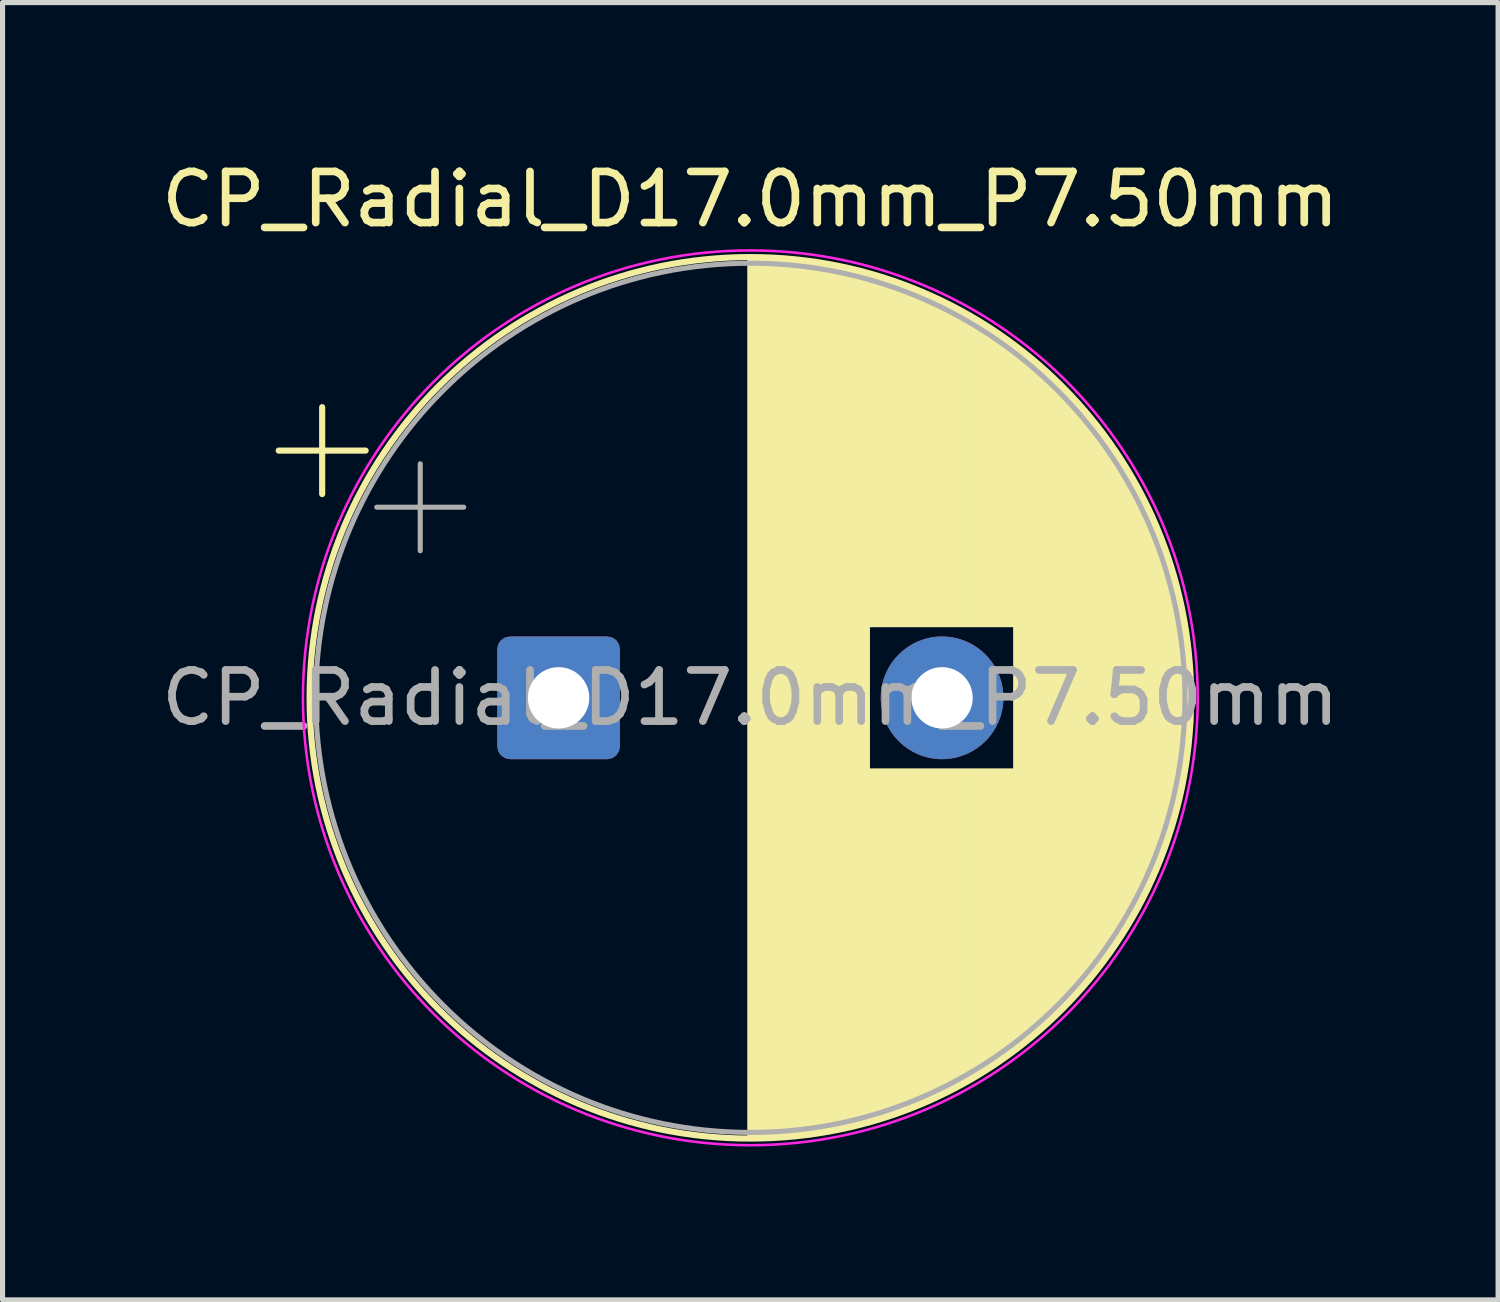
<source format=kicad_pcb>
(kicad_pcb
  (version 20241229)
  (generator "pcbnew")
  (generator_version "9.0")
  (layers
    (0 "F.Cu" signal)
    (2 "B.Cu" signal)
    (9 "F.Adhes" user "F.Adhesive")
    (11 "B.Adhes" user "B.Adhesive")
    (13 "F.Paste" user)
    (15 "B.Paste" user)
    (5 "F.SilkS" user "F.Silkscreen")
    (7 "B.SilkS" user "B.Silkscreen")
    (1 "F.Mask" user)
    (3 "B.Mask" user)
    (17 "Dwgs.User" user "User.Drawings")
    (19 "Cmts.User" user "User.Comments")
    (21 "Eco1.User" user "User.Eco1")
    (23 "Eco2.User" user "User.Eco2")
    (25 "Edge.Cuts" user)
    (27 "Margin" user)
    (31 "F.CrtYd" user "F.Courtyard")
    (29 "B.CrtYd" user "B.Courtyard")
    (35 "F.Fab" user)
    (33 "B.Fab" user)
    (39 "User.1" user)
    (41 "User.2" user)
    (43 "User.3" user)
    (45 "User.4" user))
  (footprint "CP_Radial_D17.0mm_P7.50mm"
    (layer "F.Cu")
    (at 7.875 10.598)
    (property "Reference" "CP_Radial_D17.0mm_P7.50mm" (at 3.75 -9.75 0) (layer "F.SilkS") (effects (font (size 1 1) (thickness 0.15))))
    (attr through_hole)
    (fp_line (start -5.474 -4.835) (end -3.774 -4.835) (stroke (width 0.12) (type solid)) (layer "F.SilkS"))
    (fp_line (start -4.624 -5.685) (end -4.624 -3.985) (stroke (width 0.12) (type solid)) (layer "F.SilkS"))
    (fp_line (start 3.75 -8.58) (end 3.75 8.58) (stroke (width 0.12) (type solid)) (layer "F.SilkS"))
    (fp_line (start 3.79 -8.58) (end 3.79 8.58) (stroke (width 0.12) (type solid)) (layer "F.SilkS"))
    (fp_line (start 3.83 -8.58) (end 3.83 8.58) (stroke (width 0.12) (type solid)) (layer "F.SilkS"))
    (fp_line (start 3.87 -8.579) (end 3.87 8.579) (stroke (width 0.12) (type solid)) (layer "F.SilkS"))
    (fp_line (start 3.91 -8.579) (end 3.91 8.579) (stroke (width 0.12) (type solid)) (layer "F.SilkS"))
    (fp_line (start 3.95 -8.578) (end 3.95 8.578) (stroke (width 0.12) (type solid)) (layer "F.SilkS"))
    (fp_line (start 3.99 -8.577) (end 3.99 8.577) (stroke (width 0.12) (type solid)) (layer "F.SilkS"))
    (fp_line (start 4.03 -8.575) (end 4.03 8.575) (stroke (width 0.12) (type solid)) (layer "F.SilkS"))
    (fp_line (start 4.07 -8.574) (end 4.07 8.574) (stroke (width 0.12) (type solid)) (layer "F.SilkS"))
    (fp_line (start 4.11 -8.572) (end 4.11 8.572) (stroke (width 0.12) (type solid)) (layer "F.SilkS"))
    (fp_line (start 4.15 -8.571) (end 4.15 8.571) (stroke (width 0.12) (type solid)) (layer "F.SilkS"))
    (fp_line (start 4.19 -8.569) (end 4.19 8.569) (stroke (width 0.12) (type solid)) (layer "F.SilkS"))
    (fp_line (start 4.23 -8.567) (end 4.23 8.567) (stroke (width 0.12) (type solid)) (layer "F.SilkS"))
    (fp_line (start 4.27 -8.564) (end 4.27 8.564) (stroke (width 0.12) (type solid)) (layer "F.SilkS"))
    (fp_line (start 4.31 -8.562) (end 4.31 8.562) (stroke (width 0.12) (type solid)) (layer "F.SilkS"))
    (fp_line (start 4.35 -8.559) (end 4.35 8.559) (stroke (width 0.12) (type solid)) (layer "F.SilkS"))
    (fp_line (start 4.39 -8.556) (end 4.39 8.556) (stroke (width 0.12) (type solid)) (layer "F.SilkS"))
    (fp_line (start 4.43 -8.553) (end 4.43 8.553) (stroke (width 0.12) (type solid)) (layer "F.SilkS"))
    (fp_line (start 4.47 -8.55) (end 4.47 8.55) (stroke (width 0.12) (type solid)) (layer "F.SilkS"))
    (fp_line (start 4.51 -8.546) (end 4.51 8.546) (stroke (width 0.12) (type solid)) (layer "F.SilkS"))
    (fp_line (start 4.55 -8.543) (end 4.55 8.543) (stroke (width 0.12) (type solid)) (layer "F.SilkS"))
    (fp_line (start 4.59 -8.539) (end 4.59 8.539) (stroke (width 0.12) (type solid)) (layer "F.SilkS"))
    (fp_line (start 4.63 -8.535) (end 4.63 8.535) (stroke (width 0.12) (type solid)) (layer "F.SilkS"))
    (fp_line (start 4.67 -8.531) (end 4.67 8.531) (stroke (width 0.12) (type solid)) (layer "F.SilkS"))
    (fp_line (start 4.71 -8.526) (end 4.71 8.526) (stroke (width 0.12) (type solid)) (layer "F.SilkS"))
    (fp_line (start 4.75 -8.522) (end 4.75 8.522) (stroke (width 0.12) (type solid)) (layer "F.SilkS"))
    (fp_line (start 4.79 -8.517) (end 4.79 8.517) (stroke (width 0.12) (type solid)) (layer "F.SilkS"))
    (fp_line (start 4.83 -8.512) (end 4.83 8.512) (stroke (width 0.12) (type solid)) (layer "F.SilkS"))
    (fp_line (start 4.87 -8.507) (end 4.87 8.507) (stroke (width 0.12) (type solid)) (layer "F.SilkS"))
    (fp_line (start 4.91 -8.502) (end 4.91 8.502) (stroke (width 0.12) (type solid)) (layer "F.SilkS"))
    (fp_line (start 4.95 -8.496) (end 4.95 8.496) (stroke (width 0.12) (type solid)) (layer "F.SilkS"))
    (fp_line (start 4.99 -8.49) (end 4.99 8.49) (stroke (width 0.12) (type solid)) (layer "F.SilkS"))
    (fp_line (start 5.03 -8.484) (end 5.03 8.484) (stroke (width 0.12) (type solid)) (layer "F.SilkS"))
    (fp_line (start 5.07 -8.478) (end 5.07 8.478) (stroke (width 0.12) (type solid)) (layer "F.SilkS"))
    (fp_line (start 5.11 -8.472) (end 5.11 8.472) (stroke (width 0.12) (type solid)) (layer "F.SilkS"))
    (fp_line (start 5.15 -8.466) (end 5.15 8.466) (stroke (width 0.12) (type solid)) (layer "F.SilkS"))
    (fp_line (start 5.19 -8.459) (end 5.19 8.459) (stroke (width 0.12) (type solid)) (layer "F.SilkS"))
    (fp_line (start 5.23 -8.452) (end 5.23 8.452) (stroke (width 0.12) (type solid)) (layer "F.SilkS"))
    (fp_line (start 5.27 -8.445) (end 5.27 8.445) (stroke (width 0.12) (type solid)) (layer "F.SilkS"))
    (fp_line (start 5.31 -8.438) (end 5.31 8.438) (stroke (width 0.12) (type solid)) (layer "F.SilkS"))
    (fp_line (start 5.35 -8.43) (end 5.35 8.43) (stroke (width 0.12) (type solid)) (layer "F.SilkS"))
    (fp_line (start 5.39 -8.423) (end 5.39 8.423) (stroke (width 0.12) (type solid)) (layer "F.SilkS"))
    (fp_line (start 5.43 -8.415) (end 5.43 8.415) (stroke (width 0.12) (type solid)) (layer "F.SilkS"))
    (fp_line (start 5.47 -8.407) (end 5.47 8.407) (stroke (width 0.12) (type solid)) (layer "F.SilkS"))
    (fp_line (start 5.51 -8.398) (end 5.51 8.398) (stroke (width 0.12) (type solid)) (layer "F.SilkS"))
    (fp_line (start 5.55 -8.39) (end 5.55 8.39) (stroke (width 0.12) (type solid)) (layer "F.SilkS"))
    (fp_line (start 5.59 -8.381) (end 5.59 8.381) (stroke (width 0.12) (type solid)) (layer "F.SilkS"))
    (fp_line (start 5.63 -8.372) (end 5.63 8.372) (stroke (width 0.12) (type solid)) (layer "F.SilkS"))
    (fp_line (start 5.67 -8.363) (end 5.67 8.363) (stroke (width 0.12) (type solid)) (layer "F.SilkS"))
    (fp_line (start 5.71 -8.354) (end 5.71 8.354) (stroke (width 0.12) (type solid)) (layer "F.SilkS"))
    (fp_line (start 5.75 -8.345) (end 5.75 8.345) (stroke (width 0.12) (type solid)) (layer "F.SilkS"))
    (fp_line (start 5.79 -8.335) (end 5.79 8.335) (stroke (width 0.12) (type solid)) (layer "F.SilkS"))
    (fp_line (start 5.83 -8.325) (end 5.83 8.325) (stroke (width 0.12) (type solid)) (layer "F.SilkS"))
    (fp_line (start 5.87 -8.315) (end 5.87 8.315) (stroke (width 0.12) (type solid)) (layer "F.SilkS"))
    (fp_line (start 5.91 -8.305) (end 5.91 8.305) (stroke (width 0.12) (type solid)) (layer "F.SilkS"))
    (fp_line (start 5.95 -8.295) (end 5.95 8.295) (stroke (width 0.12) (type solid)) (layer "F.SilkS"))
    (fp_line (start 5.99 -8.284) (end 5.99 8.284) (stroke (width 0.12) (type solid)) (layer "F.SilkS"))
    (fp_line (start 6.03 -8.273) (end 6.03 8.273) (stroke (width 0.12) (type solid)) (layer "F.SilkS"))
    (fp_line (start 6.07 -8.262) (end 6.07 -1.44) (stroke (width 0.12) (type solid)) (layer "F.SilkS"))
    (fp_line (start 6.07 1.44) (end 6.07 8.262) (stroke (width 0.12) (type solid)) (layer "F.SilkS"))
    (fp_line (start 6.11 -8.251) (end 6.11 -1.44) (stroke (width 0.12) (type solid)) (layer "F.SilkS"))
    (fp_line (start 6.11 1.44) (end 6.11 8.251) (stroke (width 0.12) (type solid)) (layer "F.SilkS"))
    (fp_line (start 6.15 -8.239) (end 6.15 -1.44) (stroke (width 0.12) (type solid)) (layer "F.SilkS"))
    (fp_line (start 6.15 1.44) (end 6.15 8.239) (stroke (width 0.12) (type solid)) (layer "F.SilkS"))
    (fp_line (start 6.19 -8.227) (end 6.19 -1.44) (stroke (width 0.12) (type solid)) (layer "F.SilkS"))
    (fp_line (start 6.19 1.44) (end 6.19 8.227) (stroke (width 0.12) (type solid)) (layer "F.SilkS"))
    (fp_line (start 6.23 -8.216) (end 6.23 -1.44) (stroke (width 0.12) (type solid)) (layer "F.SilkS"))
    (fp_line (start 6.23 1.44) (end 6.23 8.216) (stroke (width 0.12) (type solid)) (layer "F.SilkS"))
    (fp_line (start 6.27 -8.203) (end 6.27 -1.44) (stroke (width 0.12) (type solid)) (layer "F.SilkS"))
    (fp_line (start 6.27 1.44) (end 6.27 8.203) (stroke (width 0.12) (type solid)) (layer "F.SilkS"))
    (fp_line (start 6.31 -8.191) (end 6.31 -1.44) (stroke (width 0.12) (type solid)) (layer "F.SilkS"))
    (fp_line (start 6.31 1.44) (end 6.31 8.191) (stroke (width 0.12) (type solid)) (layer "F.SilkS"))
    (fp_line (start 6.35 -8.179) (end 6.35 -1.44) (stroke (width 0.12) (type solid)) (layer "F.SilkS"))
    (fp_line (start 6.35 1.44) (end 6.35 8.179) (stroke (width 0.12) (type solid)) (layer "F.SilkS"))
    (fp_line (start 6.39 -8.166) (end 6.39 -1.44) (stroke (width 0.12) (type solid)) (layer "F.SilkS"))
    (fp_line (start 6.39 1.44) (end 6.39 8.166) (stroke (width 0.12) (type solid)) (layer "F.SilkS"))
    (fp_line (start 6.43 -8.153) (end 6.43 -1.44) (stroke (width 0.12) (type solid)) (layer "F.SilkS"))
    (fp_line (start 6.43 1.44) (end 6.43 8.153) (stroke (width 0.12) (type solid)) (layer "F.SilkS"))
    (fp_line (start 6.47 -8.14) (end 6.47 -1.44) (stroke (width 0.12) (type solid)) (layer "F.SilkS"))
    (fp_line (start 6.47 1.44) (end 6.47 8.14) (stroke (width 0.12) (type solid)) (layer "F.SilkS"))
    (fp_line (start 6.51 -8.126) (end 6.51 -1.44) (stroke (width 0.12) (type solid)) (layer "F.SilkS"))
    (fp_line (start 6.51 1.44) (end 6.51 8.126) (stroke (width 0.12) (type solid)) (layer "F.SilkS"))
    (fp_line (start 6.55 -8.113) (end 6.55 -1.44) (stroke (width 0.12) (type solid)) (layer "F.SilkS"))
    (fp_line (start 6.55 1.44) (end 6.55 8.113) (stroke (width 0.12) (type solid)) (layer "F.SilkS"))
    (fp_line (start 6.59 -8.099) (end 6.59 -1.44) (stroke (width 0.12) (type solid)) (layer "F.SilkS"))
    (fp_line (start 6.59 1.44) (end 6.59 8.099) (stroke (width 0.12) (type solid)) (layer "F.SilkS"))
    (fp_line (start 6.63 -8.085) (end 6.63 -1.44) (stroke (width 0.12) (type solid)) (layer "F.SilkS"))
    (fp_line (start 6.63 1.44) (end 6.63 8.085) (stroke (width 0.12) (type solid)) (layer "F.SilkS"))
    (fp_line (start 6.67 -8.07) (end 6.67 -1.44) (stroke (width 0.12) (type solid)) (layer "F.SilkS"))
    (fp_line (start 6.67 1.44) (end 6.67 8.07) (stroke (width 0.12) (type solid)) (layer "F.SilkS"))
    (fp_line (start 6.71 -8.056) (end 6.71 -1.44) (stroke (width 0.12) (type solid)) (layer "F.SilkS"))
    (fp_line (start 6.71 1.44) (end 6.71 8.056) (stroke (width 0.12) (type solid)) (layer "F.SilkS"))
    (fp_line (start 6.75 -8.041) (end 6.75 -1.44) (stroke (width 0.12) (type solid)) (layer "F.SilkS"))
    (fp_line (start 6.75 1.44) (end 6.75 8.041) (stroke (width 0.12) (type solid)) (layer "F.SilkS"))
    (fp_line (start 6.79 -8.026) (end 6.79 -1.44) (stroke (width 0.12) (type solid)) (layer "F.SilkS"))
    (fp_line (start 6.79 1.44) (end 6.79 8.026) (stroke (width 0.12) (type solid)) (layer "F.SilkS"))
    (fp_line (start 6.83 -8.011) (end 6.83 -1.44) (stroke (width 0.12) (type solid)) (layer "F.SilkS"))
    (fp_line (start 6.83 1.44) (end 6.83 8.011) (stroke (width 0.12) (type solid)) (layer "F.SilkS"))
    (fp_line (start 6.87 -7.996) (end 6.87 -1.44) (stroke (width 0.12) (type solid)) (layer "F.SilkS"))
    (fp_line (start 6.87 1.44) (end 6.87 7.996) (stroke (width 0.12) (type solid)) (layer "F.SilkS"))
    (fp_line (start 6.91 -7.98) (end 6.91 -1.44) (stroke (width 0.12) (type solid)) (layer "F.SilkS"))
    (fp_line (start 6.91 1.44) (end 6.91 7.98) (stroke (width 0.12) (type solid)) (layer "F.SilkS"))
    (fp_line (start 6.95 -7.964) (end 6.95 -1.44) (stroke (width 0.12) (type solid)) (layer "F.SilkS"))
    (fp_line (start 6.95 1.44) (end 6.95 7.964) (stroke (width 0.12) (type solid)) (layer "F.SilkS"))
    (fp_line (start 6.99 -7.948) (end 6.99 -1.44) (stroke (width 0.12) (type solid)) (layer "F.SilkS"))
    (fp_line (start 6.99 1.44) (end 6.99 7.948) (stroke (width 0.12) (type solid)) (layer "F.SilkS"))
    (fp_line (start 7.03 -7.932) (end 7.03 -1.44) (stroke (width 0.12) (type solid)) (layer "F.SilkS"))
    (fp_line (start 7.03 1.44) (end 7.03 7.932) (stroke (width 0.12) (type solid)) (layer "F.SilkS"))
    (fp_line (start 7.07 -7.915) (end 7.07 -1.44) (stroke (width 0.12) (type solid)) (layer "F.SilkS"))
    (fp_line (start 7.07 1.44) (end 7.07 7.915) (stroke (width 0.12) (type solid)) (layer "F.SilkS"))
    (fp_line (start 7.11 -7.898) (end 7.11 -1.44) (stroke (width 0.12) (type solid)) (layer "F.SilkS"))
    (fp_line (start 7.11 1.44) (end 7.11 7.898) (stroke (width 0.12) (type solid)) (layer "F.SilkS"))
    (fp_line (start 7.15 -7.881) (end 7.15 -1.44) (stroke (width 0.12) (type solid)) (layer "F.SilkS"))
    (fp_line (start 7.15 1.44) (end 7.15 7.881) (stroke (width 0.12) (type solid)) (layer "F.SilkS"))
    (fp_line (start 7.19 -7.864) (end 7.19 -1.44) (stroke (width 0.12) (type solid)) (layer "F.SilkS"))
    (fp_line (start 7.19 1.44) (end 7.19 7.864) (stroke (width 0.12) (type solid)) (layer "F.SilkS"))
    (fp_line (start 7.23 -7.846) (end 7.23 -1.44) (stroke (width 0.12) (type solid)) (layer "F.SilkS"))
    (fp_line (start 7.23 1.44) (end 7.23 7.846) (stroke (width 0.12) (type solid)) (layer "F.SilkS"))
    (fp_line (start 7.27 -7.829) (end 7.27 -1.44) (stroke (width 0.12) (type solid)) (layer "F.SilkS"))
    (fp_line (start 7.27 1.44) (end 7.27 7.829) (stroke (width 0.12) (type solid)) (layer "F.SilkS"))
    (fp_line (start 7.31 -7.811) (end 7.31 -1.44) (stroke (width 0.12) (type solid)) (layer "F.SilkS"))
    (fp_line (start 7.31 1.44) (end 7.31 7.811) (stroke (width 0.12) (type solid)) (layer "F.SilkS"))
    (fp_line (start 7.35 -7.792) (end 7.35 -1.44) (stroke (width 0.12) (type solid)) (layer "F.SilkS"))
    (fp_line (start 7.35 1.44) (end 7.35 7.792) (stroke (width 0.12) (type solid)) (layer "F.SilkS"))
    (fp_line (start 7.39 -7.774) (end 7.39 -1.44) (stroke (width 0.12) (type solid)) (layer "F.SilkS"))
    (fp_line (start 7.39 1.44) (end 7.39 7.774) (stroke (width 0.12) (type solid)) (layer "F.SilkS"))
    (fp_line (start 7.43 -7.755) (end 7.43 -1.44) (stroke (width 0.12) (type solid)) (layer "F.SilkS"))
    (fp_line (start 7.43 1.44) (end 7.43 7.755) (stroke (width 0.12) (type solid)) (layer "F.SilkS"))
    (fp_line (start 7.47 -7.736) (end 7.47 -1.44) (stroke (width 0.12) (type solid)) (layer "F.SilkS"))
    (fp_line (start 7.47 1.44) (end 7.47 7.736) (stroke (width 0.12) (type solid)) (layer "F.SilkS"))
    (fp_line (start 7.51 -7.717) (end 7.51 -1.44) (stroke (width 0.12) (type solid)) (layer "F.SilkS"))
    (fp_line (start 7.51 1.44) (end 7.51 7.717) (stroke (width 0.12) (type solid)) (layer "F.SilkS"))
    (fp_line (start 7.55 -7.697) (end 7.55 -1.44) (stroke (width 0.12) (type solid)) (layer "F.SilkS"))
    (fp_line (start 7.55 1.44) (end 7.55 7.697) (stroke (width 0.12) (type solid)) (layer "F.SilkS"))
    (fp_line (start 7.59 -7.677) (end 7.59 -1.44) (stroke (width 0.12) (type solid)) (layer "F.SilkS"))
    (fp_line (start 7.59 1.44) (end 7.59 7.677) (stroke (width 0.12) (type solid)) (layer "F.SilkS"))
    (fp_line (start 7.63 -7.657) (end 7.63 -1.44) (stroke (width 0.12) (type solid)) (layer "F.SilkS"))
    (fp_line (start 7.63 1.44) (end 7.63 7.657) (stroke (width 0.12) (type solid)) (layer "F.SilkS"))
    (fp_line (start 7.67 -7.637) (end 7.67 -1.44) (stroke (width 0.12) (type solid)) (layer "F.SilkS"))
    (fp_line (start 7.67 1.44) (end 7.67 7.637) (stroke (width 0.12) (type solid)) (layer "F.SilkS"))
    (fp_line (start 7.71 -7.617) (end 7.71 -1.44) (stroke (width 0.12) (type solid)) (layer "F.SilkS"))
    (fp_line (start 7.71 1.44) (end 7.71 7.617) (stroke (width 0.12) (type solid)) (layer "F.SilkS"))
    (fp_line (start 7.75 -7.596) (end 7.75 -1.44) (stroke (width 0.12) (type solid)) (layer "F.SilkS"))
    (fp_line (start 7.75 1.44) (end 7.75 7.596) (stroke (width 0.12) (type solid)) (layer "F.SilkS"))
    (fp_line (start 7.79 -7.575) (end 7.79 -1.44) (stroke (width 0.12) (type solid)) (layer "F.SilkS"))
    (fp_line (start 7.79 1.44) (end 7.79 7.575) (stroke (width 0.12) (type solid)) (layer "F.SilkS"))
    (fp_line (start 7.83 -7.553) (end 7.83 -1.44) (stroke (width 0.12) (type solid)) (layer "F.SilkS"))
    (fp_line (start 7.83 1.44) (end 7.83 7.553) (stroke (width 0.12) (type solid)) (layer "F.SilkS"))
    (fp_line (start 7.87 -7.532) (end 7.87 -1.44) (stroke (width 0.12) (type solid)) (layer "F.SilkS"))
    (fp_line (start 7.87 1.44) (end 7.87 7.532) (stroke (width 0.12) (type solid)) (layer "F.SilkS"))
    (fp_line (start 7.91 -7.51) (end 7.91 -1.44) (stroke (width 0.12) (type solid)) (layer "F.SilkS"))
    (fp_line (start 7.91 1.44) (end 7.91 7.51) (stroke (width 0.12) (type solid)) (layer "F.SilkS"))
    (fp_line (start 7.95 -7.488) (end 7.95 -1.44) (stroke (width 0.12) (type solid)) (layer "F.SilkS"))
    (fp_line (start 7.95 1.44) (end 7.95 7.488) (stroke (width 0.12) (type solid)) (layer "F.SilkS"))
    (fp_line (start 7.99 -7.465) (end 7.99 -1.44) (stroke (width 0.12) (type solid)) (layer "F.SilkS"))
    (fp_line (start 7.99 1.44) (end 7.99 7.465) (stroke (width 0.12) (type solid)) (layer "F.SilkS"))
    (fp_line (start 8.03 -7.442) (end 8.03 -1.44) (stroke (width 0.12) (type solid)) (layer "F.SilkS"))
    (fp_line (start 8.03 1.44) (end 8.03 7.442) (stroke (width 0.12) (type solid)) (layer "F.SilkS"))
    (fp_line (start 8.07 -7.419) (end 8.07 -1.44) (stroke (width 0.12) (type solid)) (layer "F.SilkS"))
    (fp_line (start 8.07 1.44) (end 8.07 7.419) (stroke (width 0.12) (type solid)) (layer "F.SilkS"))
    (fp_line (start 8.11 -7.396) (end 8.11 -1.44) (stroke (width 0.12) (type solid)) (layer "F.SilkS"))
    (fp_line (start 8.11 1.44) (end 8.11 7.396) (stroke (width 0.12) (type solid)) (layer "F.SilkS"))
    (fp_line (start 8.15 -7.372) (end 8.15 -1.44) (stroke (width 0.12) (type solid)) (layer "F.SilkS"))
    (fp_line (start 8.15 1.44) (end 8.15 7.372) (stroke (width 0.12) (type solid)) (layer "F.SilkS"))
    (fp_line (start 8.19 -7.349) (end 8.19 -1.44) (stroke (width 0.12) (type solid)) (layer "F.SilkS"))
    (fp_line (start 8.19 1.44) (end 8.19 7.349) (stroke (width 0.12) (type solid)) (layer "F.SilkS"))
    (fp_line (start 8.23 -7.324) (end 8.23 -1.44) (stroke (width 0.12) (type solid)) (layer "F.SilkS"))
    (fp_line (start 8.23 1.44) (end 8.23 7.324) (stroke (width 0.12) (type solid)) (layer "F.SilkS"))
    (fp_line (start 8.27 -7.3) (end 8.27 -1.44) (stroke (width 0.12) (type solid)) (layer "F.SilkS"))
    (fp_line (start 8.27 1.44) (end 8.27 7.3) (stroke (width 0.12) (type solid)) (layer "F.SilkS"))
    (fp_line (start 8.31 -7.275) (end 8.31 -1.44) (stroke (width 0.12) (type solid)) (layer "F.SilkS"))
    (fp_line (start 8.31 1.44) (end 8.31 7.275) (stroke (width 0.12) (type solid)) (layer "F.SilkS"))
    (fp_line (start 8.35 -7.25) (end 8.35 -1.44) (stroke (width 0.12) (type solid)) (layer "F.SilkS"))
    (fp_line (start 8.35 1.44) (end 8.35 7.25) (stroke (width 0.12) (type solid)) (layer "F.SilkS"))
    (fp_line (start 8.39 -7.225) (end 8.39 -1.44) (stroke (width 0.12) (type solid)) (layer "F.SilkS"))
    (fp_line (start 8.39 1.44) (end 8.39 7.225) (stroke (width 0.12) (type solid)) (layer "F.SilkS"))
    (fp_line (start 8.43 -7.199) (end 8.43 -1.44) (stroke (width 0.12) (type solid)) (layer "F.SilkS"))
    (fp_line (start 8.43 1.44) (end 8.43 7.199) (stroke (width 0.12) (type solid)) (layer "F.SilkS"))
    (fp_line (start 8.47 -7.173) (end 8.47 -1.44) (stroke (width 0.12) (type solid)) (layer "F.SilkS"))
    (fp_line (start 8.47 1.44) (end 8.47 7.173) (stroke (width 0.12) (type solid)) (layer "F.SilkS"))
    (fp_line (start 8.51 -7.147) (end 8.51 -1.44) (stroke (width 0.12) (type solid)) (layer "F.SilkS"))
    (fp_line (start 8.51 1.44) (end 8.51 7.147) (stroke (width 0.12) (type solid)) (layer "F.SilkS"))
    (fp_line (start 8.55 -7.12) (end 8.55 -1.44) (stroke (width 0.12) (type solid)) (layer "F.SilkS"))
    (fp_line (start 8.55 1.44) (end 8.55 7.12) (stroke (width 0.12) (type solid)) (layer "F.SilkS"))
    (fp_line (start 8.59 -7.093) (end 8.59 -1.44) (stroke (width 0.12) (type solid)) (layer "F.SilkS"))
    (fp_line (start 8.59 1.44) (end 8.59 7.093) (stroke (width 0.12) (type solid)) (layer "F.SilkS"))
    (fp_line (start 8.63 -7.066) (end 8.63 -1.44) (stroke (width 0.12) (type solid)) (layer "F.SilkS"))
    (fp_line (start 8.63 1.44) (end 8.63 7.066) (stroke (width 0.12) (type solid)) (layer "F.SilkS"))
    (fp_line (start 8.67 -7.038) (end 8.67 -1.44) (stroke (width 0.12) (type solid)) (layer "F.SilkS"))
    (fp_line (start 8.67 1.44) (end 8.67 7.038) (stroke (width 0.12) (type solid)) (layer "F.SilkS"))
    (fp_line (start 8.71 -7.01) (end 8.71 -1.44) (stroke (width 0.12) (type solid)) (layer "F.SilkS"))
    (fp_line (start 8.71 1.44) (end 8.71 7.01) (stroke (width 0.12) (type solid)) (layer "F.SilkS"))
    (fp_line (start 8.75 -6.982) (end 8.75 -1.44) (stroke (width 0.12) (type solid)) (layer "F.SilkS"))
    (fp_line (start 8.75 1.44) (end 8.75 6.982) (stroke (width 0.12) (type solid)) (layer "F.SilkS"))
    (fp_line (start 8.79 -6.953) (end 8.79 -1.44) (stroke (width 0.12) (type solid)) (layer "F.SilkS"))
    (fp_line (start 8.79 1.44) (end 8.79 6.953) (stroke (width 0.12) (type solid)) (layer "F.SilkS"))
    (fp_line (start 8.83 -6.924) (end 8.83 -1.44) (stroke (width 0.12) (type solid)) (layer "F.SilkS"))
    (fp_line (start 8.83 1.44) (end 8.83 6.924) (stroke (width 0.12) (type solid)) (layer "F.SilkS"))
    (fp_line (start 8.87 -6.895) (end 8.87 -1.44) (stroke (width 0.12) (type solid)) (layer "F.SilkS"))
    (fp_line (start 8.87 1.44) (end 8.87 6.895) (stroke (width 0.12) (type solid)) (layer "F.SilkS"))
    (fp_line (start 8.91 -6.865) (end 8.91 -1.44) (stroke (width 0.12) (type solid)) (layer "F.SilkS"))
    (fp_line (start 8.91 1.44) (end 8.91 6.865) (stroke (width 0.12) (type solid)) (layer "F.SilkS"))
    (fp_line (start 8.95 -6.835) (end 8.95 6.835) (stroke (width 0.12) (type solid)) (layer "F.SilkS"))
    (fp_line (start 8.99 -6.804) (end 8.99 6.804) (stroke (width 0.12) (type solid)) (layer "F.SilkS"))
    (fp_line (start 9.03 -6.774) (end 9.03 6.774) (stroke (width 0.12) (type solid)) (layer "F.SilkS"))
    (fp_line (start 9.07 -6.742) (end 9.07 6.742) (stroke (width 0.12) (type solid)) (layer "F.SilkS"))
    (fp_line (start 9.11 -6.711) (end 9.11 6.711) (stroke (width 0.12) (type solid)) (layer "F.SilkS"))
    (fp_line (start 9.15 -6.679) (end 9.15 6.679) (stroke (width 0.12) (type solid)) (layer "F.SilkS"))
    (fp_line (start 9.19 -6.647) (end 9.19 6.647) (stroke (width 0.12) (type solid)) (layer "F.SilkS"))
    (fp_line (start 9.23 -6.614) (end 9.23 6.614) (stroke (width 0.12) (type solid)) (layer "F.SilkS"))
    (fp_line (start 9.27 -6.581) (end 9.27 6.581) (stroke (width 0.12) (type solid)) (layer "F.SilkS"))
    (fp_line (start 9.31 -6.547) (end 9.31 6.547) (stroke (width 0.12) (type solid)) (layer "F.SilkS"))
    (fp_line (start 9.35 -6.513) (end 9.35 6.513) (stroke (width 0.12) (type solid)) (layer "F.SilkS"))
    (fp_line (start 9.39 -6.479) (end 9.39 6.479) (stroke (width 0.12) (type solid)) (layer "F.SilkS"))
    (fp_line (start 9.43 -6.444) (end 9.43 6.444) (stroke (width 0.12) (type solid)) (layer "F.SilkS"))
    (fp_line (start 9.47 -6.409) (end 9.47 6.409) (stroke (width 0.12) (type solid)) (layer "F.SilkS"))
    (fp_line (start 9.51 -6.373) (end 9.51 6.373) (stroke (width 0.12) (type solid)) (layer "F.SilkS"))
    (fp_line (start 9.55 -6.337) (end 9.55 6.337) (stroke (width 0.12) (type solid)) (layer "F.SilkS"))
    (fp_line (start 9.59 -6.3) (end 9.59 6.3) (stroke (width 0.12) (type solid)) (layer "F.SilkS"))
    (fp_line (start 9.63 -6.263) (end 9.63 6.263) (stroke (width 0.12) (type solid)) (layer "F.SilkS"))
    (fp_line (start 9.67 -6.226) (end 9.67 6.226) (stroke (width 0.12) (type solid)) (layer "F.SilkS"))
    (fp_line (start 9.71 -6.188) (end 9.71 6.188) (stroke (width 0.12) (type solid)) (layer "F.SilkS"))
    (fp_line (start 9.75 -6.149) (end 9.75 6.149) (stroke (width 0.12) (type solid)) (layer "F.SilkS"))
    (fp_line (start 9.79 -6.11) (end 9.79 6.11) (stroke (width 0.12) (type solid)) (layer "F.SilkS"))
    (fp_line (start 9.83 -6.07) (end 9.83 6.07) (stroke (width 0.12) (type solid)) (layer "F.SilkS"))
    (fp_line (start 9.87 -6.03) (end 9.87 6.03) (stroke (width 0.12) (type solid)) (layer "F.SilkS"))
    (fp_line (start 9.91 -5.99) (end 9.91 5.99) (stroke (width 0.12) (type solid)) (layer "F.SilkS"))
    (fp_line (start 9.95 -5.949) (end 9.95 5.949) (stroke (width 0.12) (type solid)) (layer "F.SilkS"))
    (fp_line (start 9.99 -5.907) (end 9.99 5.907) (stroke (width 0.12) (type solid)) (layer "F.SilkS"))
    (fp_line (start 10.03 -5.865) (end 10.03 5.865) (stroke (width 0.12) (type solid)) (layer "F.SilkS"))
    (fp_line (start 10.07 -5.822) (end 10.07 5.822) (stroke (width 0.12) (type solid)) (layer "F.SilkS"))
    (fp_line (start 10.11 -5.778) (end 10.11 5.778) (stroke (width 0.12) (type solid)) (layer "F.SilkS"))
    (fp_line (start 10.15 -5.734) (end 10.15 5.734) (stroke (width 0.12) (type solid)) (layer "F.SilkS"))
    (fp_line (start 10.19 -5.69) (end 10.19 5.69) (stroke (width 0.12) (type solid)) (layer "F.SilkS"))
    (fp_line (start 10.23 -5.645) (end 10.23 5.645) (stroke (width 0.12) (type solid)) (layer "F.SilkS"))
    (fp_line (start 10.27 -5.599) (end 10.27 5.599) (stroke (width 0.12) (type solid)) (layer "F.SilkS"))
    (fp_line (start 10.31 -5.552) (end 10.31 5.552) (stroke (width 0.12) (type solid)) (layer "F.SilkS"))
    (fp_line (start 10.35 -5.505) (end 10.35 5.505) (stroke (width 0.12) (type solid)) (layer "F.SilkS"))
    (fp_line (start 10.39 -5.457) (end 10.39 5.457) (stroke (width 0.12) (type solid)) (layer "F.SilkS"))
    (fp_line (start 10.43 -5.408) (end 10.43 5.408) (stroke (width 0.12) (type solid)) (layer "F.SilkS"))
    (fp_line (start 10.47 -5.359) (end 10.47 5.359) (stroke (width 0.12) (type solid)) (layer "F.SilkS"))
    (fp_line (start 10.51 -5.309) (end 10.51 5.309) (stroke (width 0.12) (type solid)) (layer "F.SilkS"))
    (fp_line (start 10.55 -5.258) (end 10.55 5.258) (stroke (width 0.12) (type solid)) (layer "F.SilkS"))
    (fp_line (start 10.59 -5.206) (end 10.59 5.206) (stroke (width 0.12) (type solid)) (layer "F.SilkS"))
    (fp_line (start 10.63 -5.153) (end 10.63 5.153) (stroke (width 0.12) (type solid)) (layer "F.SilkS"))
    (fp_line (start 10.67 -5.1) (end 10.67 5.1) (stroke (width 0.12) (type solid)) (layer "F.SilkS"))
    (fp_line (start 10.71 -5.046) (end 10.71 5.046) (stroke (width 0.12) (type solid)) (layer "F.SilkS"))
    (fp_line (start 10.75 -4.99) (end 10.75 4.99) (stroke (width 0.12) (type solid)) (layer "F.SilkS"))
    (fp_line (start 10.79 -4.934) (end 10.79 4.934) (stroke (width 0.12) (type solid)) (layer "F.SilkS"))
    (fp_line (start 10.83 -4.877) (end 10.83 4.877) (stroke (width 0.12) (type solid)) (layer "F.SilkS"))
    (fp_line (start 10.87 -4.819) (end 10.87 4.819) (stroke (width 0.12) (type solid)) (layer "F.SilkS"))
    (fp_line (start 10.91 -4.76) (end 10.91 4.76) (stroke (width 0.12) (type solid)) (layer "F.SilkS"))
    (fp_line (start 10.95 -4.7) (end 10.95 4.7) (stroke (width 0.12) (type solid)) (layer "F.SilkS"))
    (fp_line (start 10.99 -4.638) (end 10.99 4.638) (stroke (width 0.12) (type solid)) (layer "F.SilkS"))
    (fp_line (start 11.03 -4.576) (end 11.03 4.576) (stroke (width 0.12) (type solid)) (layer "F.SilkS"))
    (fp_line (start 11.07 -4.512) (end 11.07 4.512) (stroke (width 0.12) (type solid)) (layer "F.SilkS"))
    (fp_line (start 11.11 -4.447) (end 11.11 4.447) (stroke (width 0.12) (type solid)) (layer "F.SilkS"))
    (fp_line (start 11.15 -4.381) (end 11.15 4.381) (stroke (width 0.12) (type solid)) (layer "F.SilkS"))
    (fp_line (start 11.19 -4.313) (end 11.19 4.313) (stroke (width 0.12) (type solid)) (layer "F.SilkS"))
    (fp_line (start 11.23 -4.244) (end 11.23 4.244) (stroke (width 0.12) (type solid)) (layer "F.SilkS"))
    (fp_line (start 11.27 -4.174) (end 11.27 4.174) (stroke (width 0.12) (type solid)) (layer "F.SilkS"))
    (fp_line (start 11.31 -4.101) (end 11.31 4.101) (stroke (width 0.12) (type solid)) (layer "F.SilkS"))
    (fp_line (start 11.35 -4.027) (end 11.35 4.027) (stroke (width 0.12) (type solid)) (layer "F.SilkS"))
    (fp_line (start 11.39 -3.952) (end 11.39 3.952) (stroke (width 0.12) (type solid)) (layer "F.SilkS"))
    (fp_line (start 11.43 -3.874) (end 11.43 3.874) (stroke (width 0.12) (type solid)) (layer "F.SilkS"))
    (fp_line (start 11.47 -3.795) (end 11.47 3.795) (stroke (width 0.12) (type solid)) (layer "F.SilkS"))
    (fp_line (start 11.51 -3.713) (end 11.51 3.713) (stroke (width 0.12) (type solid)) (layer "F.SilkS"))
    (fp_line (start 11.55 -3.629) (end 11.55 3.629) (stroke (width 0.12) (type solid)) (layer "F.SilkS"))
    (fp_line (start 11.59 -3.543) (end 11.59 3.543) (stroke (width 0.12) (type solid)) (layer "F.SilkS"))
    (fp_line (start 11.63 -3.454) (end 11.63 3.454) (stroke (width 0.12) (type solid)) (layer "F.SilkS"))
    (fp_line (start 11.67 -3.363) (end 11.67 3.363) (stroke (width 0.12) (type solid)) (layer "F.SilkS"))
    (fp_line (start 11.71 -3.268) (end 11.71 3.268) (stroke (width 0.12) (type solid)) (layer "F.SilkS"))
    (fp_line (start 11.75 -3.17) (end 11.75 3.17) (stroke (width 0.12) (type solid)) (layer "F.SilkS"))
    (fp_line (start 11.79 -3.069) (end 11.79 3.069) (stroke (width 0.12) (type solid)) (layer "F.SilkS"))
    (fp_line (start 11.83 -2.963) (end 11.83 2.963) (stroke (width 0.12) (type solid)) (layer "F.SilkS"))
    (fp_line (start 11.87 -2.853) (end 11.87 2.853) (stroke (width 0.12) (type solid)) (layer "F.SilkS"))
    (fp_line (start 11.91 -2.738) (end 11.91 2.738) (stroke (width 0.12) (type solid)) (layer "F.SilkS"))
    (fp_line (start 11.95 -2.618) (end 11.95 2.618) (stroke (width 0.12) (type solid)) (layer "F.SilkS"))
    (fp_line (start 11.99 -2.491) (end 11.99 2.491) (stroke (width 0.12) (type solid)) (layer "F.SilkS"))
    (fp_line (start 12.03 -2.357) (end 12.03 2.357) (stroke (width 0.12) (type solid)) (layer "F.SilkS"))
    (fp_line (start 12.07 -2.214) (end 12.07 2.214) (stroke (width 0.12) (type solid)) (layer "F.SilkS"))
    (fp_line (start 12.11 -2.061) (end 12.11 2.061) (stroke (width 0.12) (type solid)) (layer "F.SilkS"))
    (fp_line (start 12.15 -1.895) (end 12.15 1.895) (stroke (width 0.12) (type solid)) (layer "F.SilkS"))
    (fp_line (start 12.19 -1.712) (end 12.19 1.712) (stroke (width 0.12) (type solid)) (layer "F.SilkS"))
    (fp_line (start 12.23 -1.507) (end 12.23 1.507) (stroke (width 0.12) (type solid)) (layer "F.SilkS"))
    (fp_line (start 12.27 -1.269) (end 12.27 1.269) (stroke (width 0.12) (type solid)) (layer "F.SilkS"))
    (fp_line (start 12.31 -0.975) (end 12.31 0.975) (stroke (width 0.12) (type solid)) (layer "F.SilkS"))
    (fp_line (start 12.35 -0.547) (end 12.35 0.547) (stroke (width 0.12) (type solid)) (layer "F.SilkS"))
    (fp_circle (center 3.75 0) (end 12.37 0) (stroke (width 0.12) (type solid)) (fill no) (layer "F.SilkS"))
    (fp_circle (center 3.75 0) (end 12.5 0) (stroke (width 0.05) (type solid)) (fill no) (layer "F.CrtYd"))
    (fp_line (start -3.556 -3.728) (end -1.856 -3.728) (stroke (width 0.1) (type solid)) (layer "F.Fab"))
    (fp_line (start -2.706 -4.577) (end -2.706 -2.877) (stroke (width 0.1) (type solid)) (layer "F.Fab"))
    (fp_circle (center 3.75 0) (end 12.25 0) (stroke (width 0.1) (type solid)) (fill no) (layer "F.Fab"))
    (fp_text user "${REFERENCE}" (at 3.75 0 0) (layer "F.Fab") (effects (font (size 1 1) (thickness 0.15))))
    (pad "1" thru_hole roundrect (at 0 0) (size 2.4 2.4) (drill 1.2) (layers "*.Cu" "*.Mask") (roundrect_rratio 0.104))
    (pad "2" thru_hole circle (at 7.5 0) (size 2.4 2.4) (drill 1.2) (layers "*.Cu" "*.Mask")))
  (gr_rect
    (start -3 -3)
    (end 26.25 22.373)
    (stroke (width 0.1) (type default))
    (fill no)
    (layer "Edge.Cuts")))
</source>
